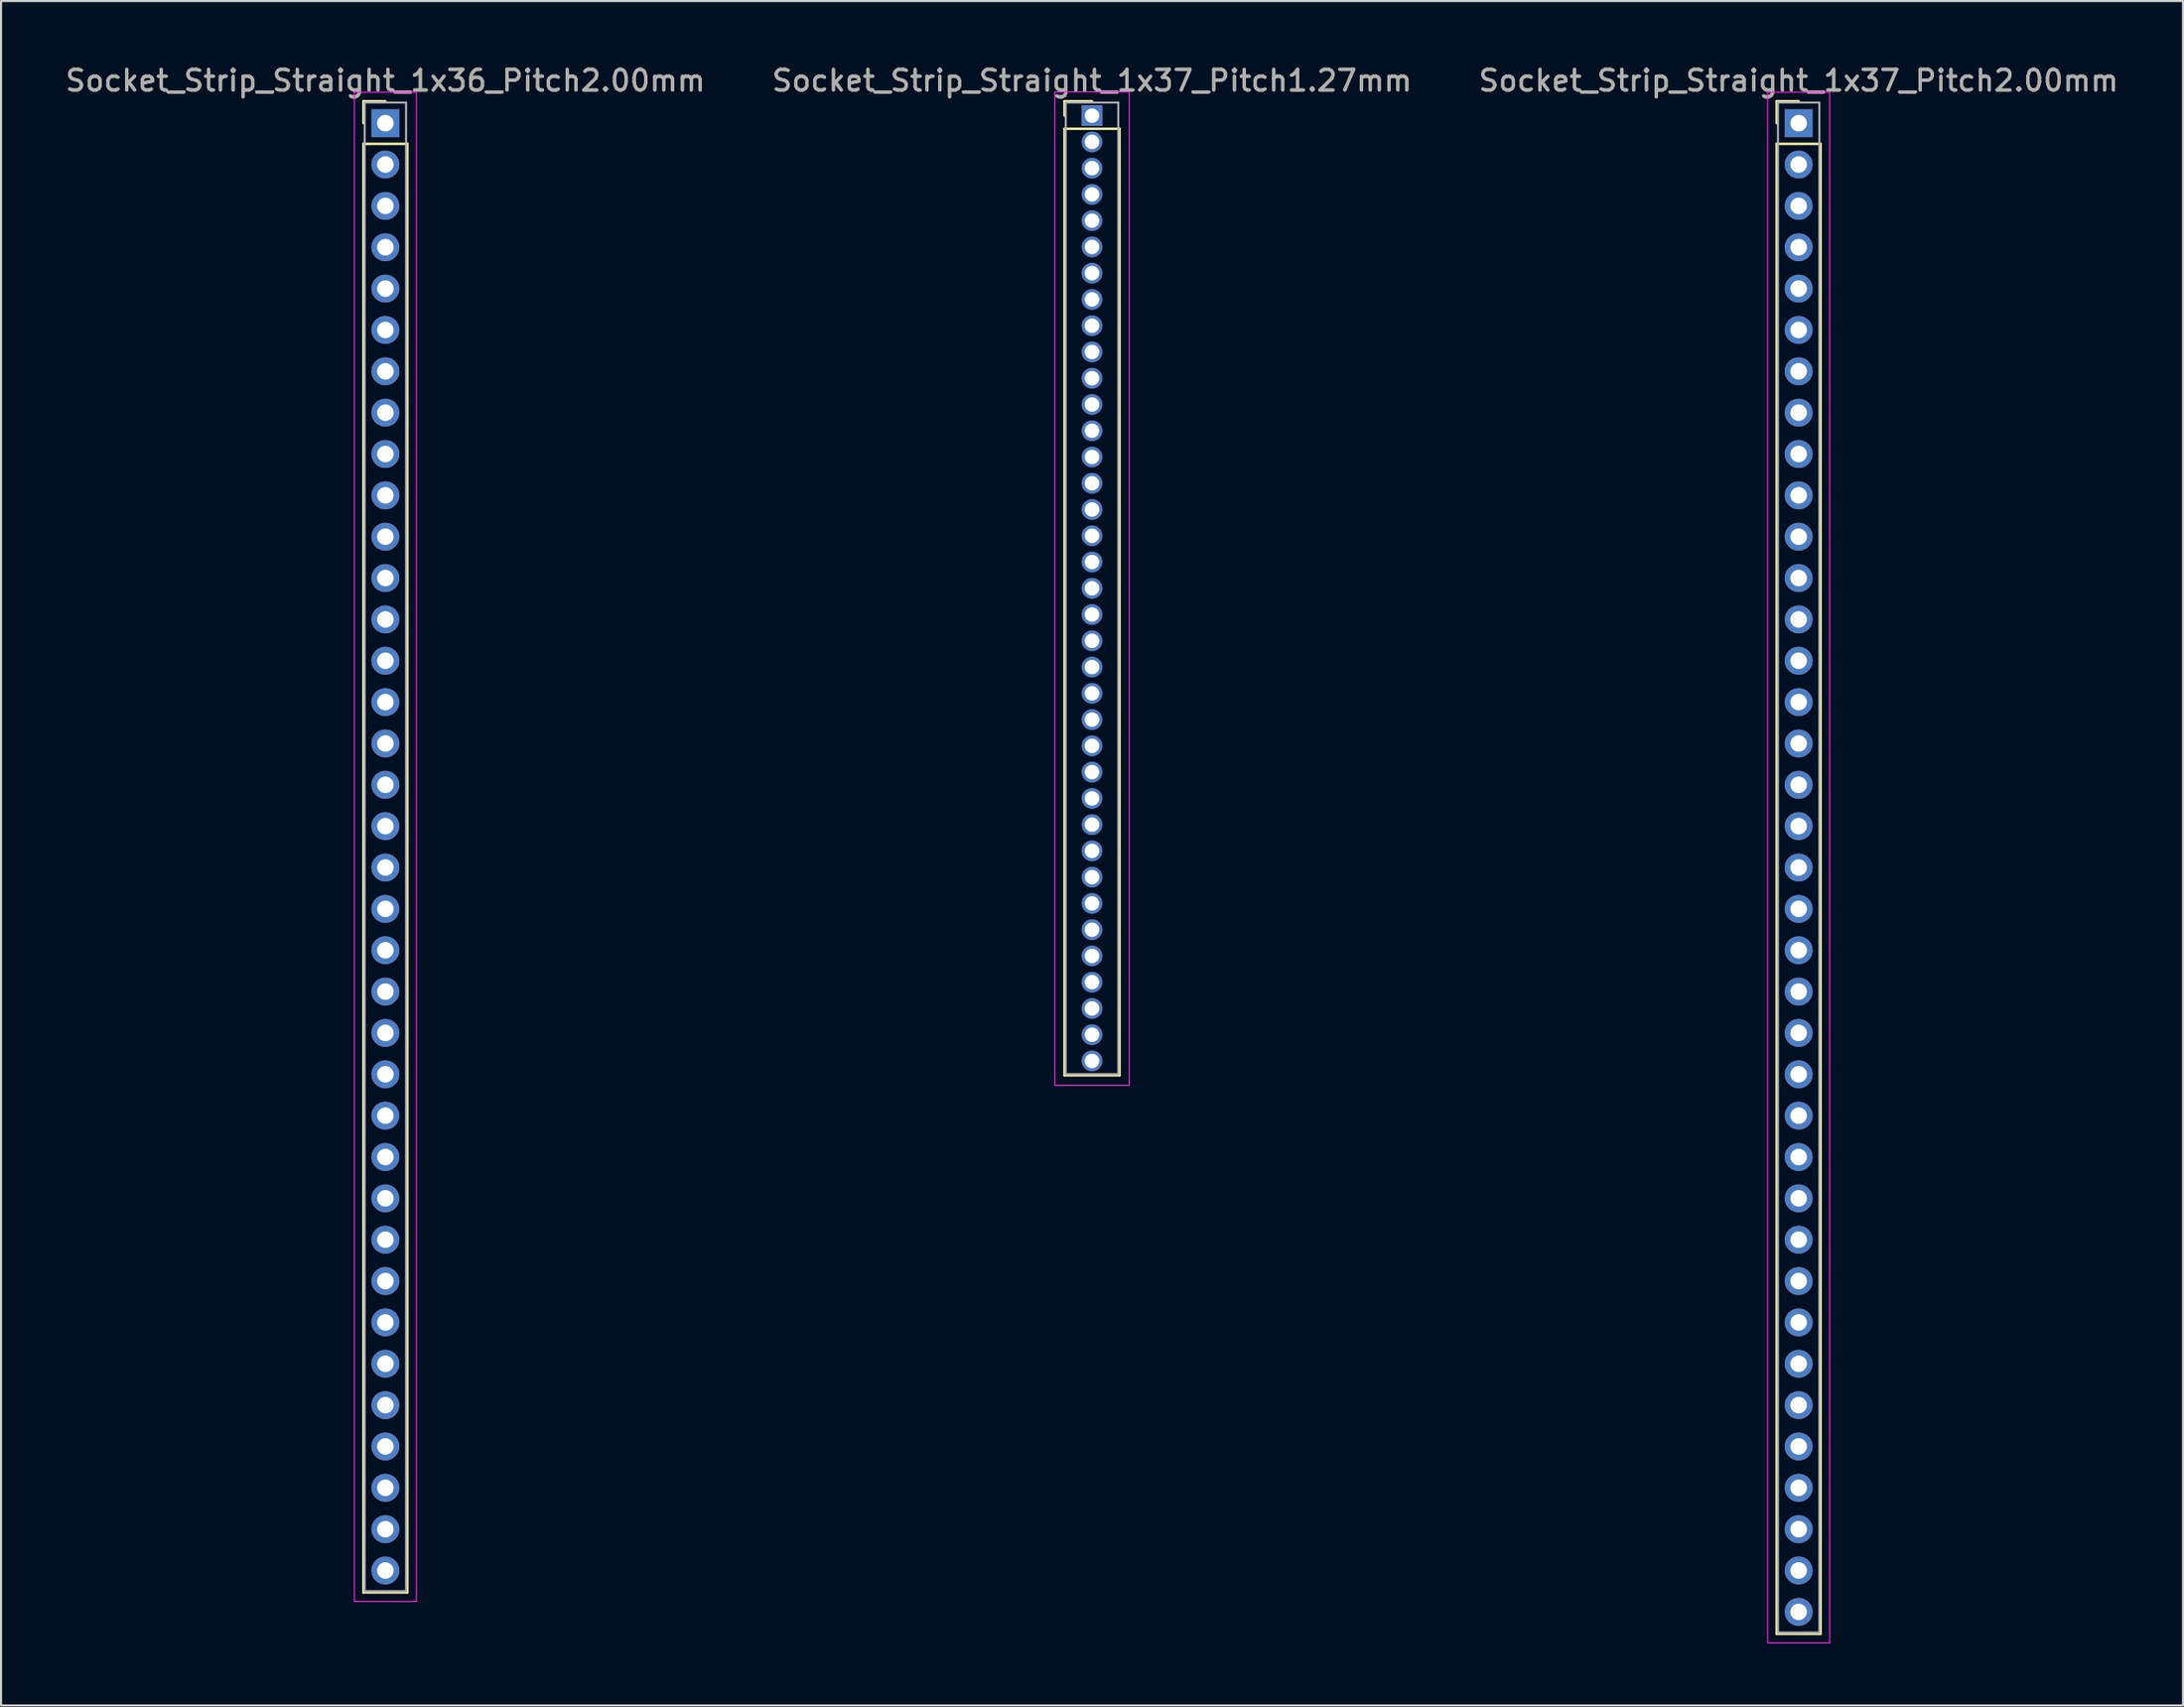
<source format=kicad_pcb>
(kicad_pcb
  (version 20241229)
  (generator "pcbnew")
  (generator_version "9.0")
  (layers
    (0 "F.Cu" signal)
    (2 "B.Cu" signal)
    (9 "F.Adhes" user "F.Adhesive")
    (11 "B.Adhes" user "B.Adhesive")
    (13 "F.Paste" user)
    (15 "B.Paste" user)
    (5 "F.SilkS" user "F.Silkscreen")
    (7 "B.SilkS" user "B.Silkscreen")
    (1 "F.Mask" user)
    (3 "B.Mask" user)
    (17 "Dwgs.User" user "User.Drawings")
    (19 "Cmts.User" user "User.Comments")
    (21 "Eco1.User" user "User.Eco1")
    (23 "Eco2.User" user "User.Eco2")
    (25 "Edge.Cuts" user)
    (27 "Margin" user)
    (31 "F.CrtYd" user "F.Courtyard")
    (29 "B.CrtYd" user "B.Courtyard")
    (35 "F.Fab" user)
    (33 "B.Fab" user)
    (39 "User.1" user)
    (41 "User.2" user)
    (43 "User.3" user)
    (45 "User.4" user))
  (footprint "Socket_Strip_Straight_1x37_Pitch2.00mm"
    (layer "F.Cu")
    (at 83.887 2.908)
    (property "Reference" "Socket_Strip_Straight_1x37_Pitch2.00mm" (at 0 -2.06 0) (layer "F.SilkS") (effects (font (size 1 1) (thickness 0.15))))
    (attr through_hole)
    (fp_line (start -1.06 -1.06) (end 0 -1.06) (stroke (width 0.12) (type solid)) (layer "F.SilkS"))
    (fp_line (start -1.06 0) (end -1.06 -1.06) (stroke (width 0.12) (type solid)) (layer "F.SilkS"))
    (fp_line (start -1.06 1) (end -1.06 73.06) (stroke (width 0.12) (type solid)) (layer "F.SilkS"))
    (fp_line (start -1.06 73.06) (end 1.06 73.06) (stroke (width 0.12) (type solid)) (layer "F.SilkS"))
    (fp_line (start 1.06 1) (end -1.06 1) (stroke (width 0.12) (type solid)) (layer "F.SilkS"))
    (fp_line (start 1.06 73.06) (end 1.06 1) (stroke (width 0.12) (type solid)) (layer "F.SilkS"))
    (fp_line (start -1.5 -1.5) (end -1.5 73.5) (stroke (width 0.05) (type solid)) (layer "F.CrtYd"))
    (fp_line (start -1.5 73.5) (end 1.5 73.5) (stroke (width 0.05) (type solid)) (layer "F.CrtYd"))
    (fp_line (start 1.5 -1.5) (end -1.5 -1.5) (stroke (width 0.05) (type solid)) (layer "F.CrtYd"))
    (fp_line (start 1.5 73.5) (end 1.5 -1.5) (stroke (width 0.05) (type solid)) (layer "F.CrtYd"))
    (fp_line (start -1 -1) (end -1 73) (stroke (width 0.1) (type solid)) (layer "F.Fab"))
    (fp_line (start -1 73) (end 1 73) (stroke (width 0.1) (type solid)) (layer "F.Fab"))
    (fp_line (start 1 -1) (end -1 -1) (stroke (width 0.1) (type solid)) (layer "F.Fab"))
    (fp_line (start 1 73) (end 1 -1) (stroke (width 0.1) (type solid)) (layer "F.Fab"))
    (fp_text user "${REFERENCE}" (at 0 -2.06 0) (layer "F.Fab") (effects (font (size 1 1) (thickness 0.15))))
    (pad "1" thru_hole rect (at 0 0) (size 1.35 1.35) (drill 0.8) (layers "*.Cu" "*.Mask"))
    (pad "2" thru_hole oval (at 0 2) (size 1.35 1.35) (drill 0.8) (layers "*.Cu" "*.Mask"))
    (pad "3" thru_hole oval (at 0 4) (size 1.35 1.35) (drill 0.8) (layers "*.Cu" "*.Mask"))
    (pad "4" thru_hole oval (at 0 6) (size 1.35 1.35) (drill 0.8) (layers "*.Cu" "*.Mask"))
    (pad "5" thru_hole oval (at 0 8) (size 1.35 1.35) (drill 0.8) (layers "*.Cu" "*.Mask"))
    (pad "6" thru_hole oval (at 0 10) (size 1.35 1.35) (drill 0.8) (layers "*.Cu" "*.Mask"))
    (pad "7" thru_hole oval (at 0 12) (size 1.35 1.35) (drill 0.8) (layers "*.Cu" "*.Mask"))
    (pad "8" thru_hole oval (at 0 14) (size 1.35 1.35) (drill 0.8) (layers "*.Cu" "*.Mask"))
    (pad "9" thru_hole oval (at 0 16) (size 1.35 1.35) (drill 0.8) (layers "*.Cu" "*.Mask"))
    (pad "10" thru_hole oval (at 0 18) (size 1.35 1.35) (drill 0.8) (layers "*.Cu" "*.Mask"))
    (pad "11" thru_hole oval (at 0 20) (size 1.35 1.35) (drill 0.8) (layers "*.Cu" "*.Mask"))
    (pad "12" thru_hole oval (at 0 22) (size 1.35 1.35) (drill 0.8) (layers "*.Cu" "*.Mask"))
    (pad "13" thru_hole oval (at 0 24) (size 1.35 1.35) (drill 0.8) (layers "*.Cu" "*.Mask"))
    (pad "14" thru_hole oval (at 0 26) (size 1.35 1.35) (drill 0.8) (layers "*.Cu" "*.Mask"))
    (pad "15" thru_hole oval (at 0 28) (size 1.35 1.35) (drill 0.8) (layers "*.Cu" "*.Mask"))
    (pad "16" thru_hole oval (at 0 30) (size 1.35 1.35) (drill 0.8) (layers "*.Cu" "*.Mask"))
    (pad "17" thru_hole oval (at 0 32) (size 1.35 1.35) (drill 0.8) (layers "*.Cu" "*.Mask"))
    (pad "18" thru_hole oval (at 0 34) (size 1.35 1.35) (drill 0.8) (layers "*.Cu" "*.Mask"))
    (pad "19" thru_hole oval (at 0 36) (size 1.35 1.35) (drill 0.8) (layers "*.Cu" "*.Mask"))
    (pad "20" thru_hole oval (at 0 38) (size 1.35 1.35) (drill 0.8) (layers "*.Cu" "*.Mask"))
    (pad "21" thru_hole oval (at 0 40) (size 1.35 1.35) (drill 0.8) (layers "*.Cu" "*.Mask"))
    (pad "22" thru_hole oval (at 0 42) (size 1.35 1.35) (drill 0.8) (layers "*.Cu" "*.Mask"))
    (pad "23" thru_hole oval (at 0 44) (size 1.35 1.35) (drill 0.8) (layers "*.Cu" "*.Mask"))
    (pad "24" thru_hole oval (at 0 46) (size 1.35 1.35) (drill 0.8) (layers "*.Cu" "*.Mask"))
    (pad "25" thru_hole oval (at 0 48) (size 1.35 1.35) (drill 0.8) (layers "*.Cu" "*.Mask"))
    (pad "26" thru_hole oval (at 0 50) (size 1.35 1.35) (drill 0.8) (layers "*.Cu" "*.Mask"))
    (pad "27" thru_hole oval (at 0 52) (size 1.35 1.35) (drill 0.8) (layers "*.Cu" "*.Mask"))
    (pad "28" thru_hole oval (at 0 54) (size 1.35 1.35) (drill 0.8) (layers "*.Cu" "*.Mask"))
    (pad "29" thru_hole oval (at 0 56) (size 1.35 1.35) (drill 0.8) (layers "*.Cu" "*.Mask"))
    (pad "30" thru_hole oval (at 0 58) (size 1.35 1.35) (drill 0.8) (layers "*.Cu" "*.Mask"))
    (pad "31" thru_hole oval (at 0 60) (size 1.35 1.35) (drill 0.8) (layers "*.Cu" "*.Mask"))
    (pad "32" thru_hole oval (at 0 62) (size 1.35 1.35) (drill 0.8) (layers "*.Cu" "*.Mask"))
    (pad "33" thru_hole oval (at 0 64) (size 1.35 1.35) (drill 0.8) (layers "*.Cu" "*.Mask"))
    (pad "34" thru_hole oval (at 0 66) (size 1.35 1.35) (drill 0.8) (layers "*.Cu" "*.Mask"))
    (pad "35" thru_hole oval (at 0 68) (size 1.35 1.35) (drill 0.8) (layers "*.Cu" "*.Mask"))
    (pad "36" thru_hole oval (at 0 70) (size 1.35 1.35) (drill 0.8) (layers "*.Cu" "*.Mask"))
    (pad "37" thru_hole oval (at 0 72) (size 1.35 1.35) (drill 0.8) (layers "*.Cu" "*.Mask")))
  (footprint "Socket_Strip_Straight_1x36_Pitch2.00mm"
    (layer "F.Cu")
    (at 15.577 2.908)
    (property "Reference" "Socket_Strip_Straight_1x36_Pitch2.00mm" (at 0 -2.06 0) (layer "F.SilkS") (effects (font (size 1 1) (thickness 0.15))))
    (attr through_hole)
    (fp_line (start -1.06 -1.06) (end 0 -1.06) (stroke (width 0.12) (type solid)) (layer "F.SilkS"))
    (fp_line (start -1.06 0) (end -1.06 -1.06) (stroke (width 0.12) (type solid)) (layer "F.SilkS"))
    (fp_line (start -1.06 1) (end -1.06 71.06) (stroke (width 0.12) (type solid)) (layer "F.SilkS"))
    (fp_line (start -1.06 71.06) (end 1.06 71.06) (stroke (width 0.12) (type solid)) (layer "F.SilkS"))
    (fp_line (start 1.06 1) (end -1.06 1) (stroke (width 0.12) (type solid)) (layer "F.SilkS"))
    (fp_line (start 1.06 71.06) (end 1.06 1) (stroke (width 0.12) (type solid)) (layer "F.SilkS"))
    (fp_line (start -1.5 -1.5) (end -1.5 71.5) (stroke (width 0.05) (type solid)) (layer "F.CrtYd"))
    (fp_line (start -1.5 71.5) (end 1.5 71.5) (stroke (width 0.05) (type solid)) (layer "F.CrtYd"))
    (fp_line (start 1.5 -1.5) (end -1.5 -1.5) (stroke (width 0.05) (type solid)) (layer "F.CrtYd"))
    (fp_line (start 1.5 71.5) (end 1.5 -1.5) (stroke (width 0.05) (type solid)) (layer "F.CrtYd"))
    (fp_line (start -1 -1) (end -1 71) (stroke (width 0.1) (type solid)) (layer "F.Fab"))
    (fp_line (start -1 71) (end 1 71) (stroke (width 0.1) (type solid)) (layer "F.Fab"))
    (fp_line (start 1 -1) (end -1 -1) (stroke (width 0.1) (type solid)) (layer "F.Fab"))
    (fp_line (start 1 71) (end 1 -1) (stroke (width 0.1) (type solid)) (layer "F.Fab"))
    (fp_text user "${REFERENCE}" (at 0 -2.06 0) (layer "F.Fab") (effects (font (size 1 1) (thickness 0.15))))
    (pad "1" thru_hole rect (at 0 0) (size 1.35 1.35) (drill 0.8) (layers "*.Cu" "*.Mask"))
    (pad "2" thru_hole oval (at 0 2) (size 1.35 1.35) (drill 0.8) (layers "*.Cu" "*.Mask"))
    (pad "3" thru_hole oval (at 0 4) (size 1.35 1.35) (drill 0.8) (layers "*.Cu" "*.Mask"))
    (pad "4" thru_hole oval (at 0 6) (size 1.35 1.35) (drill 0.8) (layers "*.Cu" "*.Mask"))
    (pad "5" thru_hole oval (at 0 8) (size 1.35 1.35) (drill 0.8) (layers "*.Cu" "*.Mask"))
    (pad "6" thru_hole oval (at 0 10) (size 1.35 1.35) (drill 0.8) (layers "*.Cu" "*.Mask"))
    (pad "7" thru_hole oval (at 0 12) (size 1.35 1.35) (drill 0.8) (layers "*.Cu" "*.Mask"))
    (pad "8" thru_hole oval (at 0 14) (size 1.35 1.35) (drill 0.8) (layers "*.Cu" "*.Mask"))
    (pad "9" thru_hole oval (at 0 16) (size 1.35 1.35) (drill 0.8) (layers "*.Cu" "*.Mask"))
    (pad "10" thru_hole oval (at 0 18) (size 1.35 1.35) (drill 0.8) (layers "*.Cu" "*.Mask"))
    (pad "11" thru_hole oval (at 0 20) (size 1.35 1.35) (drill 0.8) (layers "*.Cu" "*.Mask"))
    (pad "12" thru_hole oval (at 0 22) (size 1.35 1.35) (drill 0.8) (layers "*.Cu" "*.Mask"))
    (pad "13" thru_hole oval (at 0 24) (size 1.35 1.35) (drill 0.8) (layers "*.Cu" "*.Mask"))
    (pad "14" thru_hole oval (at 0 26) (size 1.35 1.35) (drill 0.8) (layers "*.Cu" "*.Mask"))
    (pad "15" thru_hole oval (at 0 28) (size 1.35 1.35) (drill 0.8) (layers "*.Cu" "*.Mask"))
    (pad "16" thru_hole oval (at 0 30) (size 1.35 1.35) (drill 0.8) (layers "*.Cu" "*.Mask"))
    (pad "17" thru_hole oval (at 0 32) (size 1.35 1.35) (drill 0.8) (layers "*.Cu" "*.Mask"))
    (pad "18" thru_hole oval (at 0 34) (size 1.35 1.35) (drill 0.8) (layers "*.Cu" "*.Mask"))
    (pad "19" thru_hole oval (at 0 36) (size 1.35 1.35) (drill 0.8) (layers "*.Cu" "*.Mask"))
    (pad "20" thru_hole oval (at 0 38) (size 1.35 1.35) (drill 0.8) (layers "*.Cu" "*.Mask"))
    (pad "21" thru_hole oval (at 0 40) (size 1.35 1.35) (drill 0.8) (layers "*.Cu" "*.Mask"))
    (pad "22" thru_hole oval (at 0 42) (size 1.35 1.35) (drill 0.8) (layers "*.Cu" "*.Mask"))
    (pad "23" thru_hole oval (at 0 44) (size 1.35 1.35) (drill 0.8) (layers "*.Cu" "*.Mask"))
    (pad "24" thru_hole oval (at 0 46) (size 1.35 1.35) (drill 0.8) (layers "*.Cu" "*.Mask"))
    (pad "25" thru_hole oval (at 0 48) (size 1.35 1.35) (drill 0.8) (layers "*.Cu" "*.Mask"))
    (pad "26" thru_hole oval (at 0 50) (size 1.35 1.35) (drill 0.8) (layers "*.Cu" "*.Mask"))
    (pad "27" thru_hole oval (at 0 52) (size 1.35 1.35) (drill 0.8) (layers "*.Cu" "*.Mask"))
    (pad "28" thru_hole oval (at 0 54) (size 1.35 1.35) (drill 0.8) (layers "*.Cu" "*.Mask"))
    (pad "29" thru_hole oval (at 0 56) (size 1.35 1.35) (drill 0.8) (layers "*.Cu" "*.Mask"))
    (pad "30" thru_hole oval (at 0 58) (size 1.35 1.35) (drill 0.8) (layers "*.Cu" "*.Mask"))
    (pad "31" thru_hole oval (at 0 60) (size 1.35 1.35) (drill 0.8) (layers "*.Cu" "*.Mask"))
    (pad "32" thru_hole oval (at 0 62) (size 1.35 1.35) (drill 0.8) (layers "*.Cu" "*.Mask"))
    (pad "33" thru_hole oval (at 0 64) (size 1.35 1.35) (drill 0.8) (layers "*.Cu" "*.Mask"))
    (pad "34" thru_hole oval (at 0 66) (size 1.35 1.35) (drill 0.8) (layers "*.Cu" "*.Mask"))
    (pad "35" thru_hole oval (at 0 68) (size 1.35 1.35) (drill 0.8) (layers "*.Cu" "*.Mask"))
    (pad "36" thru_hole oval (at 0 70) (size 1.35 1.35) (drill 0.8) (layers "*.Cu" "*.Mask")))
  (footprint "Socket_Strip_Straight_1x37_Pitch1.27mm"
    (layer "F.Cu")
    (at 49.732 2.543)
    (property "Reference" "Socket_Strip_Straight_1x37_Pitch1.27mm" (at 0 -1.695 0) (layer "F.SilkS") (effects (font (size 1 1) (thickness 0.15))))
    (attr through_hole)
    (fp_line (start -1.33 -0.695) (end 0 -0.695) (stroke (width 0.12) (type solid)) (layer "F.SilkS"))
    (fp_line (start -1.33 0) (end -1.33 -0.695) (stroke (width 0.12) (type solid)) (layer "F.SilkS"))
    (fp_line (start -1.33 0.635) (end -1.33 46.415) (stroke (width 0.12) (type solid)) (layer "F.SilkS"))
    (fp_line (start -1.33 46.415) (end 1.33 46.415) (stroke (width 0.12) (type solid)) (layer "F.SilkS"))
    (fp_line (start 1.33 0.635) (end -1.33 0.635) (stroke (width 0.12) (type solid)) (layer "F.SilkS"))
    (fp_line (start 1.33 46.415) (end 1.33 0.635) (stroke (width 0.12) (type solid)) (layer "F.SilkS"))
    (fp_line (start -1.8 -1.15) (end -1.8 46.9) (stroke (width 0.05) (type solid)) (layer "F.CrtYd"))
    (fp_line (start -1.8 46.9) (end 1.8 46.9) (stroke (width 0.05) (type solid)) (layer "F.CrtYd"))
    (fp_line (start 1.8 -1.15) (end -1.8 -1.15) (stroke (width 0.05) (type solid)) (layer "F.CrtYd"))
    (fp_line (start 1.8 46.9) (end 1.8 -1.15) (stroke (width 0.05) (type solid)) (layer "F.CrtYd"))
    (fp_line (start -1.27 -0.635) (end -1.27 46.355) (stroke (width 0.1) (type solid)) (layer "F.Fab"))
    (fp_line (start -1.27 46.355) (end 1.27 46.355) (stroke (width 0.1) (type solid)) (layer "F.Fab"))
    (fp_line (start 1.27 -0.635) (end -1.27 -0.635) (stroke (width 0.1) (type solid)) (layer "F.Fab"))
    (fp_line (start 1.27 46.355) (end 1.27 -0.635) (stroke (width 0.1) (type solid)) (layer "F.Fab"))
    (fp_text user "${REFERENCE}" (at 0 -1.695 0) (layer "F.Fab") (effects (font (size 1 1) (thickness 0.15))))
    (pad "1" thru_hole rect (at 0 0) (size 1 1) (drill 0.7) (layers "*.Cu" "*.Mask"))
    (pad "2" thru_hole oval (at 0 1.27) (size 1 1) (drill 0.7) (layers "*.Cu" "*.Mask"))
    (pad "3" thru_hole oval (at 0 2.54) (size 1 1) (drill 0.7) (layers "*.Cu" "*.Mask"))
    (pad "4" thru_hole oval (at 0 3.81) (size 1 1) (drill 0.7) (layers "*.Cu" "*.Mask"))
    (pad "5" thru_hole oval (at 0 5.08) (size 1 1) (drill 0.7) (layers "*.Cu" "*.Mask"))
    (pad "6" thru_hole oval (at 0 6.35) (size 1 1) (drill 0.7) (layers "*.Cu" "*.Mask"))
    (pad "7" thru_hole oval (at 0 7.62) (size 1 1) (drill 0.7) (layers "*.Cu" "*.Mask"))
    (pad "8" thru_hole oval (at 0 8.89) (size 1 1) (drill 0.7) (layers "*.Cu" "*.Mask"))
    (pad "9" thru_hole oval (at 0 10.16) (size 1 1) (drill 0.7) (layers "*.Cu" "*.Mask"))
    (pad "10" thru_hole oval (at 0 11.43) (size 1 1) (drill 0.7) (layers "*.Cu" "*.Mask"))
    (pad "11" thru_hole oval (at 0 12.7) (size 1 1) (drill 0.7) (layers "*.Cu" "*.Mask"))
    (pad "12" thru_hole oval (at 0 13.97) (size 1 1) (drill 0.7) (layers "*.Cu" "*.Mask"))
    (pad "13" thru_hole oval (at 0 15.24) (size 1 1) (drill 0.7) (layers "*.Cu" "*.Mask"))
    (pad "14" thru_hole oval (at 0 16.51) (size 1 1) (drill 0.7) (layers "*.Cu" "*.Mask"))
    (pad "15" thru_hole oval (at 0 17.78) (size 1 1) (drill 0.7) (layers "*.Cu" "*.Mask"))
    (pad "16" thru_hole oval (at 0 19.05) (size 1 1) (drill 0.7) (layers "*.Cu" "*.Mask"))
    (pad "17" thru_hole oval (at 0 20.32) (size 1 1) (drill 0.7) (layers "*.Cu" "*.Mask"))
    (pad "18" thru_hole oval (at 0 21.59) (size 1 1) (drill 0.7) (layers "*.Cu" "*.Mask"))
    (pad "19" thru_hole oval (at 0 22.86) (size 1 1) (drill 0.7) (layers "*.Cu" "*.Mask"))
    (pad "20" thru_hole oval (at 0 24.13) (size 1 1) (drill 0.7) (layers "*.Cu" "*.Mask"))
    (pad "21" thru_hole oval (at 0 25.4) (size 1 1) (drill 0.7) (layers "*.Cu" "*.Mask"))
    (pad "22" thru_hole oval (at 0 26.67) (size 1 1) (drill 0.7) (layers "*.Cu" "*.Mask"))
    (pad "23" thru_hole oval (at 0 27.94) (size 1 1) (drill 0.7) (layers "*.Cu" "*.Mask"))
    (pad "24" thru_hole oval (at 0 29.21) (size 1 1) (drill 0.7) (layers "*.Cu" "*.Mask"))
    (pad "25" thru_hole oval (at 0 30.48) (size 1 1) (drill 0.7) (layers "*.Cu" "*.Mask"))
    (pad "26" thru_hole oval (at 0 31.75) (size 1 1) (drill 0.7) (layers "*.Cu" "*.Mask"))
    (pad "27" thru_hole oval (at 0 33.02) (size 1 1) (drill 0.7) (layers "*.Cu" "*.Mask"))
    (pad "28" thru_hole oval (at 0 34.29) (size 1 1) (drill 0.7) (layers "*.Cu" "*.Mask"))
    (pad "29" thru_hole oval (at 0 35.56) (size 1 1) (drill 0.7) (layers "*.Cu" "*.Mask"))
    (pad "30" thru_hole oval (at 0 36.83) (size 1 1) (drill 0.7) (layers "*.Cu" "*.Mask"))
    (pad "31" thru_hole oval (at 0 38.1) (size 1 1) (drill 0.7) (layers "*.Cu" "*.Mask"))
    (pad "32" thru_hole oval (at 0 39.37) (size 1 1) (drill 0.7) (layers "*.Cu" "*.Mask"))
    (pad "33" thru_hole oval (at 0 40.64) (size 1 1) (drill 0.7) (layers "*.Cu" "*.Mask"))
    (pad "34" thru_hole oval (at 0 41.91) (size 1 1) (drill 0.7) (layers "*.Cu" "*.Mask"))
    (pad "35" thru_hole oval (at 0 43.18) (size 1 1) (drill 0.7) (layers "*.Cu" "*.Mask"))
    (pad "36" thru_hole oval (at 0 44.45) (size 1 1) (drill 0.7) (layers "*.Cu" "*.Mask"))
    (pad "37" thru_hole oval (at 0 45.72) (size 1 1) (drill 0.7) (layers "*.Cu" "*.Mask")))
  (gr_rect
    (start -3 -3)
    (end 102.464 79.433)
    (stroke (width 0.1) (type default))
    (fill no)
    (layer "Edge.Cuts")))
</source>
